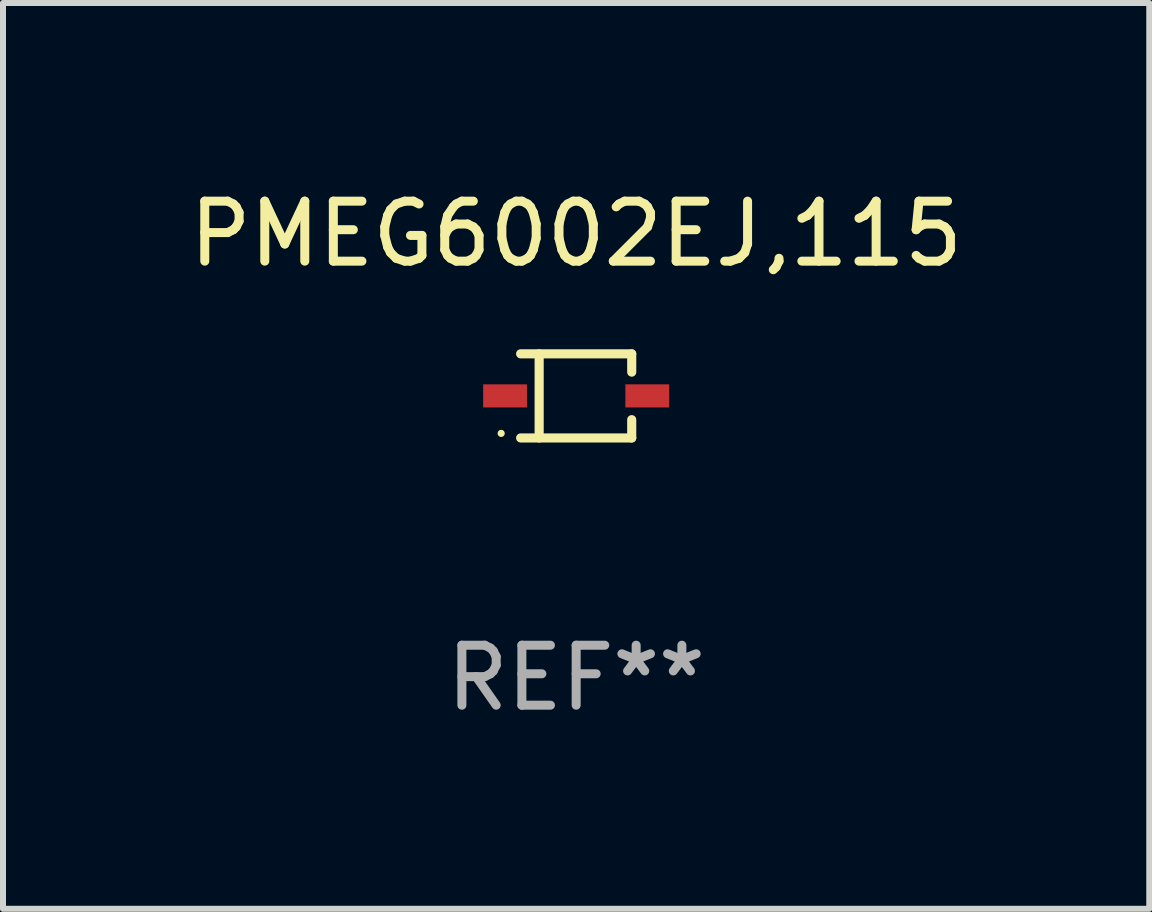
<source format=kicad_pcb>
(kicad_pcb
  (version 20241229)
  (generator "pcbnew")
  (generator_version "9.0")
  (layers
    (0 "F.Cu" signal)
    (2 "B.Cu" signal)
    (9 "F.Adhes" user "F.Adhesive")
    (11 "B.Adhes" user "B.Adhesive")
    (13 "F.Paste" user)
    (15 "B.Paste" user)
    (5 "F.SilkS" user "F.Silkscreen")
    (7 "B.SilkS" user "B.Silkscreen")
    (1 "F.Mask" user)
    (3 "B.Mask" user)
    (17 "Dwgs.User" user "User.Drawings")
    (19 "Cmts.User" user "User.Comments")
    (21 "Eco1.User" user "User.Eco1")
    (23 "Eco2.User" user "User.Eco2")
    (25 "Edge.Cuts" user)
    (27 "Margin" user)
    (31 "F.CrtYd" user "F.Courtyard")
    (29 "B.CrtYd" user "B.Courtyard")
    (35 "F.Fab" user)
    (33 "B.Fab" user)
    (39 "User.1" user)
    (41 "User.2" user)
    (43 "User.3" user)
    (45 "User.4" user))
  (footprint "PMEG6002EJ,115"
    (layer "F.Cu")
    (at 6.554 3.549)
    (property "Reference" "PMEG6002EJ,115" (at 0 -2.701 0) (layer "F.SilkS") (effects (font (size 1 1) (thickness 0.15))))
    (attr through_hole)
    (fp_line (start -0.926 -0.701) (end 0.926 -0.701) (stroke (width 0.152) (type solid)) (layer "F.SilkS"))
    (fp_line (start -0.926 0.701) (end 0.926 0.701) (stroke (width 0.152) (type solid)) (layer "F.SilkS"))
    (fp_line (start -0.617 -0.701) (end -0.617 0.701) (stroke (width 0.152) (type solid)) (layer "F.SilkS"))
    (fp_line (start 0.926 -0.701) (end 0.926 -0.396) (stroke (width 0.152) (type solid)) (layer "F.SilkS"))
    (fp_line (start 0.926 0.701) (end 0.926 0.396) (stroke (width 0.152) (type solid)) (layer "F.SilkS"))
    (fp_circle (center -1.25 0.625) (end -1.22 0.625) (stroke (width 0.06) (type solid)) (fill no) (layer "F.SilkS"))
    (fp_text user "REF**" (at 0 4.701 0) (layer "F.Fab") (effects (font (size 1 1) (thickness 0.15))))
    (pad "1" smd rect (at -1.185 0 180) (size 0.73 0.385) (layers "F.Cu" "F.Mask" "F.Paste"))
    (pad "2" smd rect (at 1.185 0 180) (size 0.73 0.385) (layers "F.Cu" "F.Mask" "F.Paste")))
  (gr_rect
    (start -3 -3)
    (end 16.107 12.099)
    (stroke (width 0.1) (type default))
    (fill no)
    (layer "Edge.Cuts")))
</source>
